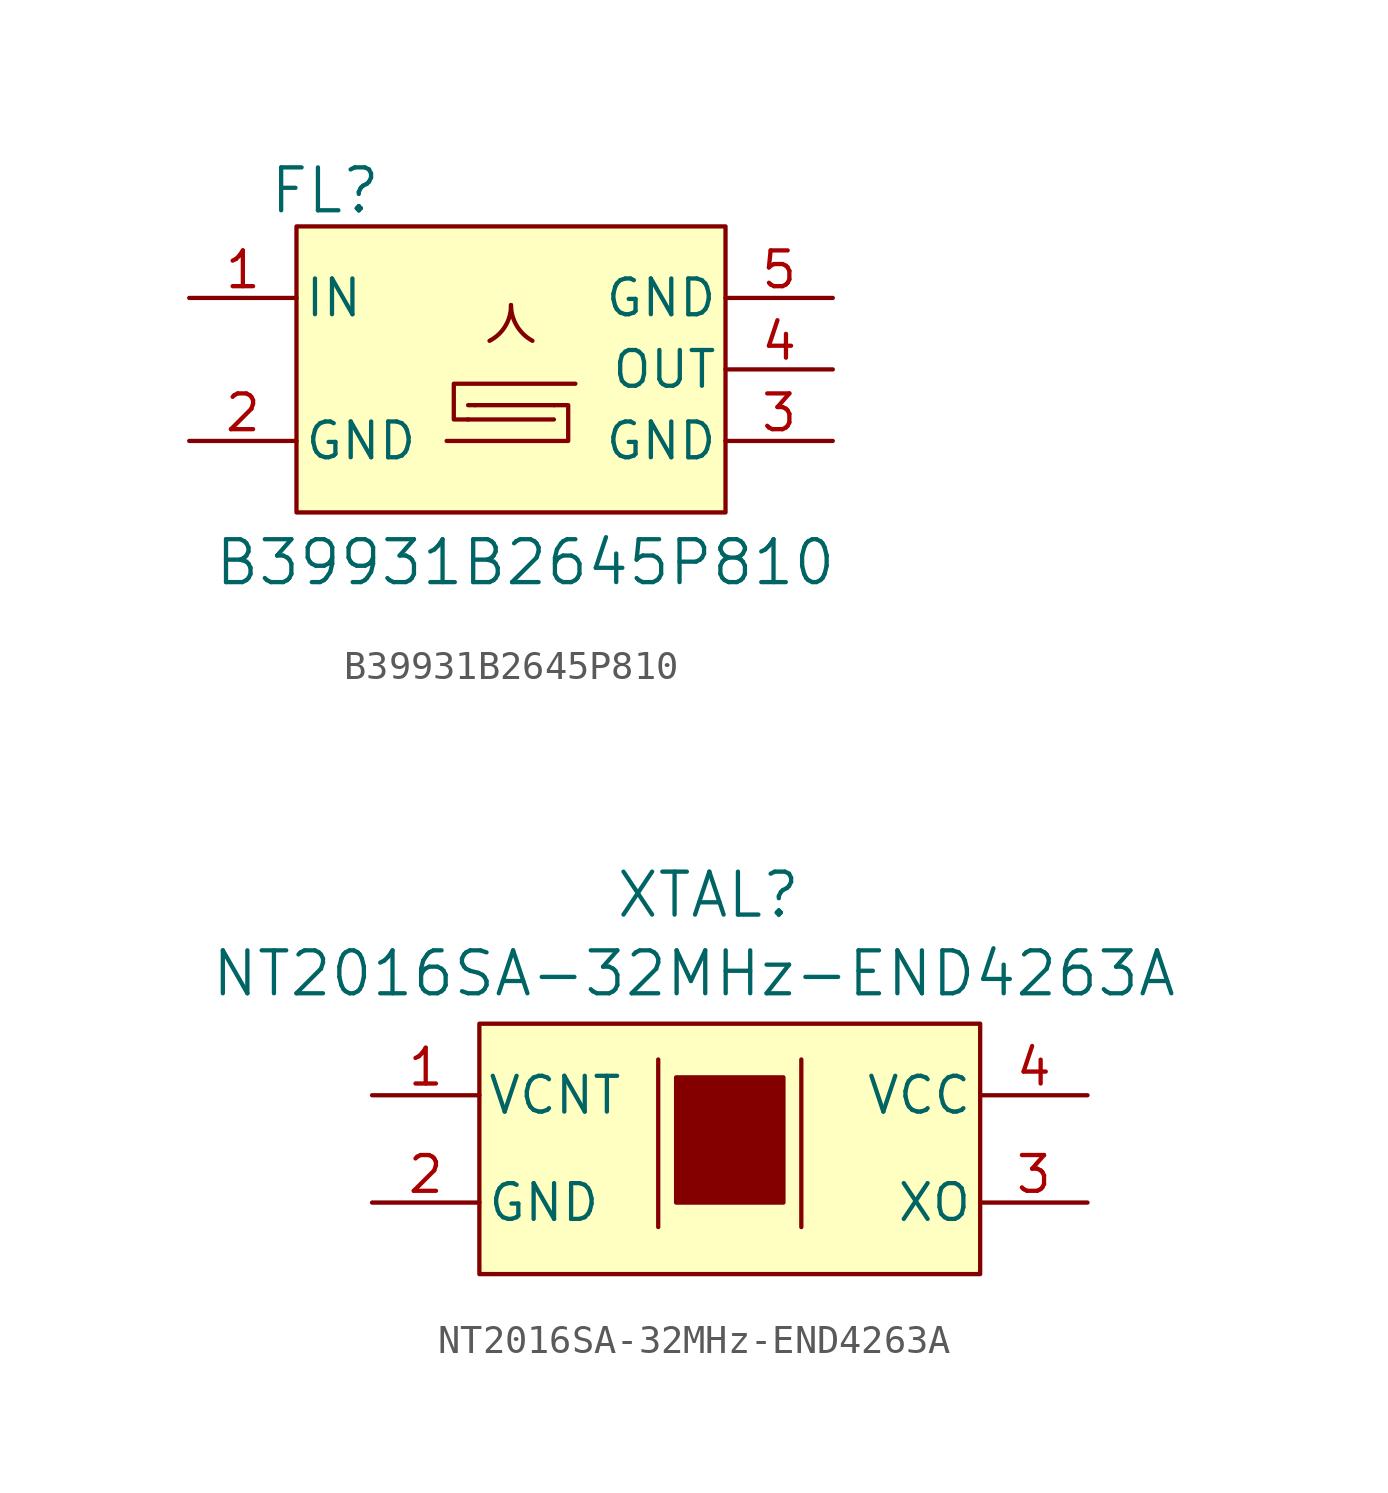
<source format=kicad_sym>
(kicad_symbol_lib
  (version 20241209)
  (generator "kicad_symbol_editor")
  (generator_version "9.0")
  (symbol "B39931B2645P810"
    (pin_names
      (offset 0.254))
    (property "Reference" "FL"
      (at 4.826 3.81 0)
      (effects (font (size 1.524 1.524))))
    (property "Value" "B39931B2645P810"
      (at 11.938 -9.398 0)
      (effects (font (size 1.524 1.524))))
    (symbol "B39931B2645P810_0_1"
      (polyline (pts (xy 9.906 -3.81) (xy 10.16 -3.81)) (stroke (width 0) (type default)) (fill (type none)))
      (polyline (pts (xy 9.906 -4.318) (xy 9.398 -4.318) (xy 9.398 -3.048) (xy 13.716 -3.048)) (stroke (width 0) (type default)) (fill (type none)))
      (arc (start 11.43 -0.254) (mid 11.2306 -0.998) (end 10.668 -1.524) (stroke (width 0) (type default)) (fill (type none)))
      (arc (start 12.192 -1.524) (mid 11.6371 -0.9933) (end 11.43 -0.254) (stroke (width 0) (type default)) (fill (type none)))
      (polyline (pts (xy 12.954 -3.81) (xy 10.16 -3.81)) (stroke (width 0) (type default)) (fill (type none)))
      (polyline (pts (xy 12.954 -3.81) (xy 13.462 -3.81) (xy 13.462 -5.08) (xy 9.144 -5.08)) (stroke (width 0) (type default)) (fill (type none)))
      (polyline (pts (xy 12.954 -4.318) (xy 9.906 -4.318)) (stroke (width 0) (type default)) (fill (type none))))
    (symbol "B39931B2645P810_1_1"
      (rectangle (start 3.81 2.54) (end 19.05 -7.62) (stroke (width 0) (type solid)) (fill (type color) (color 255 255 194 1)))
      (pin input line (at 0 0 0) (length 3.81) (name "IN" (effects (font (size 1.27 1.27)))) (number "1" (effects (font (size 1.27 1.27)))))
      (pin power_out line (at 0 -5.08 0) (length 3.81) (name "GND" (effects (font (size 1.27 1.27)))) (number "2" (effects (font (size 1.27 1.27)))))
      (pin power_out line (at 22.86 0 180) (length 3.81) (name "GND" (effects (font (size 1.27 1.27)))) (number "5" (effects (font (size 1.27 1.27)))))
      (pin output line (at 22.86 -2.54 180) (length 3.81) (name "OUT" (effects (font (size 1.27 1.27)))) (number "4" (effects (font (size 1.27 1.27)))))
      (pin power_out line (at 22.86 -5.08 180) (length 3.81) (name "GND" (effects (font (size 1.27 1.27)))) (number "3" (effects (font (size 1.27 1.27)))))))
  (symbol "NT2016SA-32MHz-END4263A"
    (pin_names
      (offset 0.254))
    (property "Reference" "XTAL"
      (at 11.938 7.112 0)
      (effects (font (size 1.524 1.524))))
    (property "Value" "NT2016SA-32MHz-END4263A"
      (at 11.43 4.318 0)
      (effects (font (size 1.524 1.524))))
    (symbol "NT2016SA-32MHz-END4263A_1_1"
      (rectangle (start 3.81 2.54) (end 21.59 -6.35) (stroke (width 0) (type solid)) (fill (type color) (color 255 255 194 1)))
      (polyline (pts (xy 10.16 1.27) (xy 10.16 -4.68)) (stroke (width 0) (type default)) (fill (type none)))
      (rectangle (start 10.795 0.635) (end 14.605 -3.81) (stroke (width 0) (type solid)) (fill (type outline)))
      (polyline (pts (xy 15.24 1.27) (xy 15.24 -4.68)) (stroke (width 0) (type solid)) (fill (type none)))
      (pin unspecified line (at 0 0 0) (length 3.81) (name "VCNT" (effects (font (size 1.27 1.27)))) (number "1" (effects (font (size 1.27 1.27)))))
      (pin power_out line (at 0 -3.81 0) (length 3.81) (name "GND" (effects (font (size 1.27 1.27)))) (number "2" (effects (font (size 1.27 1.27)))))
      (pin power_in line (at 25.4 0 180) (length 3.81) (name "VCC" (effects (font (size 1.27 1.27)))) (number "4" (effects (font (size 1.27 1.27)))))
      (pin output line (at 25.4 -3.81 180) (length 3.81) (name "XO" (effects (font (size 1.27 1.27)))) (number "3" (effects (font (size 1.27 1.27))))))))
</source>
